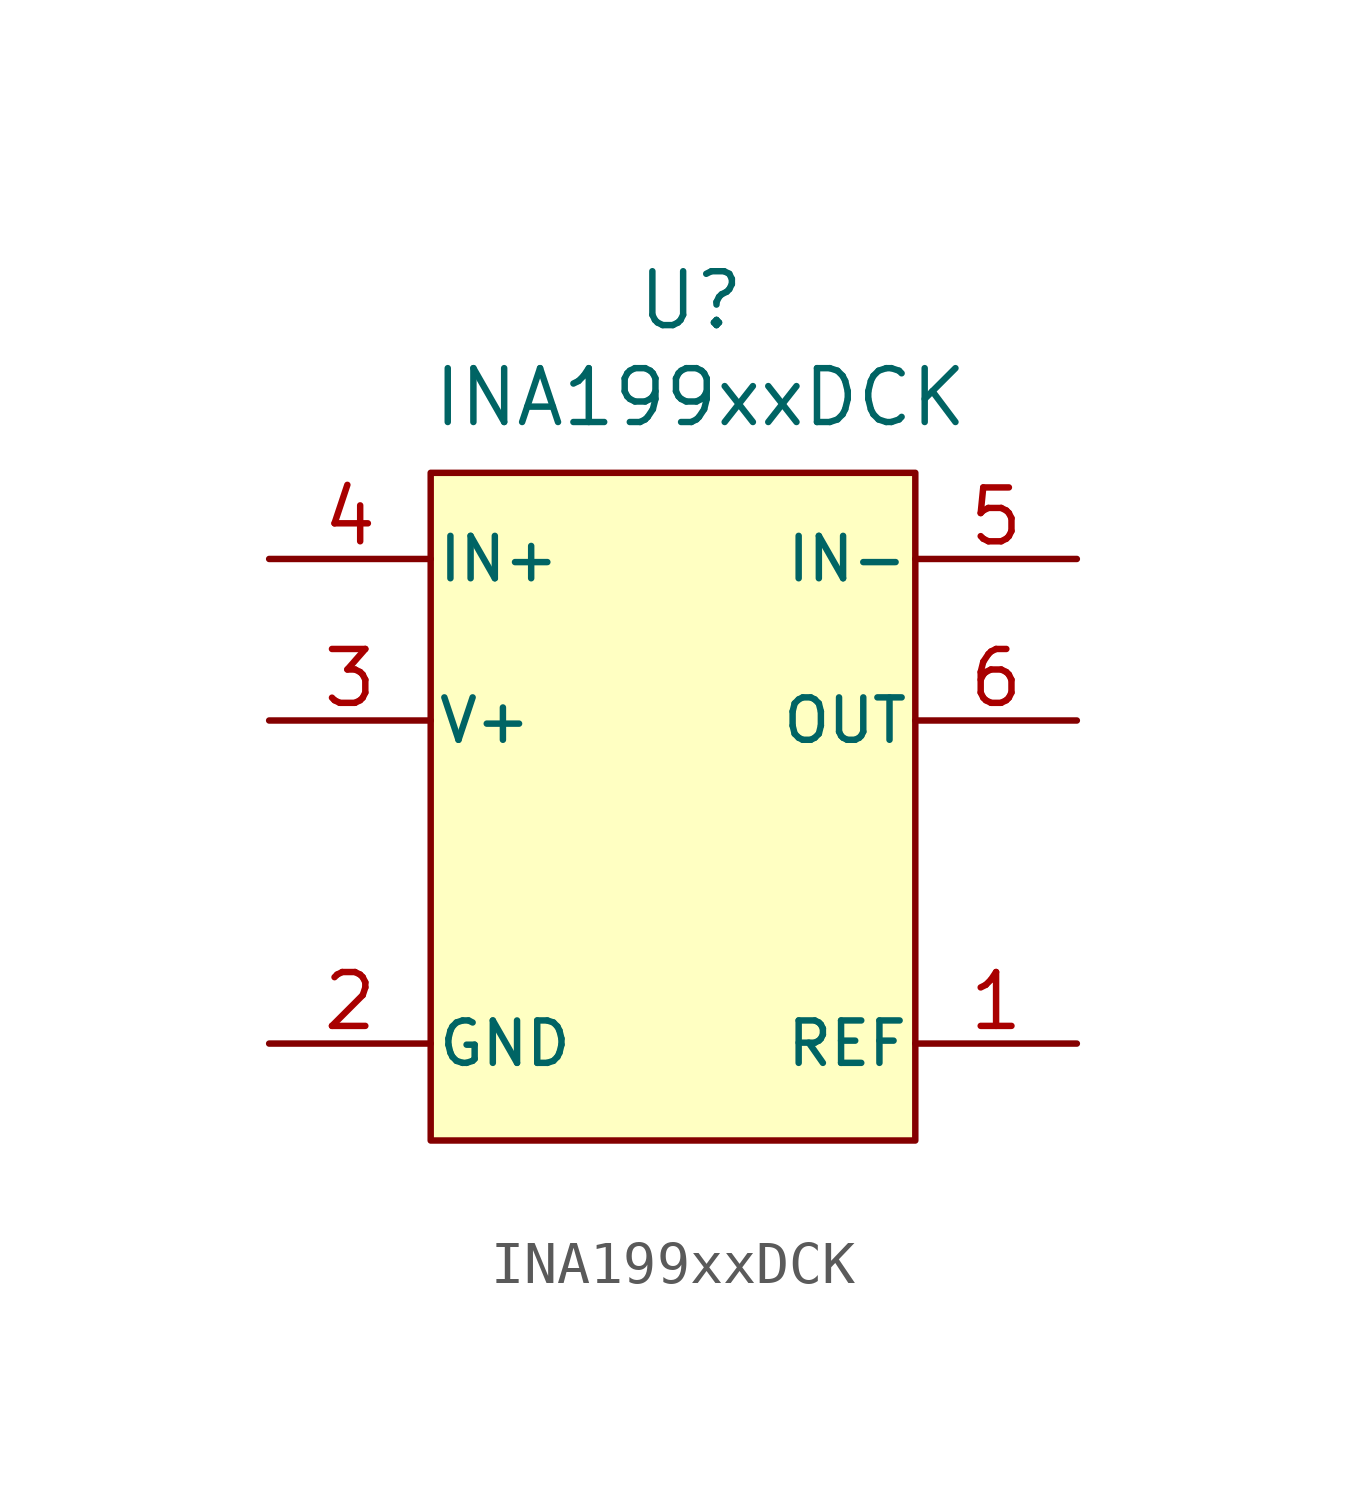
<source format=kicad_sym>
(kicad_symbol_lib
  (version 20220914)
  (generator kicad_symbol_editor)
  (symbol "INA199xxDCK"
    (pin_names
      (offset 0.127))
    (property "Reference" "U"
      (at 21.336 25.146 0)
      (effects (font (size 1.27 1.27)) (justify left)))
    (property "Value" "INA199xxDCK"
      (at 16.51 22.86 0)
      (effects (font (size 1.27 1.27)) (justify left)))
    (symbol "INA199xxDCK_1_1"
      (rectangle (start 16.51 21.082) (end 27.94 5.334) (stroke (width 0) (type default)) (fill (type background)))
      (pin input line (at 31.75 7.62 180) (length 3.81) (name "REF" (effects (font (size 1 1)))) (number "1" (effects (font (size 1.27 1.27)))))
      (pin power_in line (at 12.7 7.62 0) (length 3.81) (name "GND" (effects (font (size 1 1)))) (number "2" (effects (font (size 1.27 1.27)))))
      (pin power_in line (at 12.7 15.24 0) (length 3.81) (name "V+" (effects (font (size 1 1)))) (number "3" (effects (font (size 1.27 1.27)))))
      (pin input line (at 12.7 19.05 0) (length 3.81) (name "IN+" (effects (font (size 1 1)))) (number "4" (effects (font (size 1.27 1.27)))))
      (pin input line (at 31.75 19.05 180) (length 3.81) (name "IN-" (effects (font (size 1 1)))) (number "5" (effects (font (size 1.27 1.27)))))
      (pin output line (at 31.75 15.24 180) (length 3.81) (name "OUT" (effects (font (size 1 1)))) (number "6" (effects (font (size 1.27 1.27))))))))
</source>
